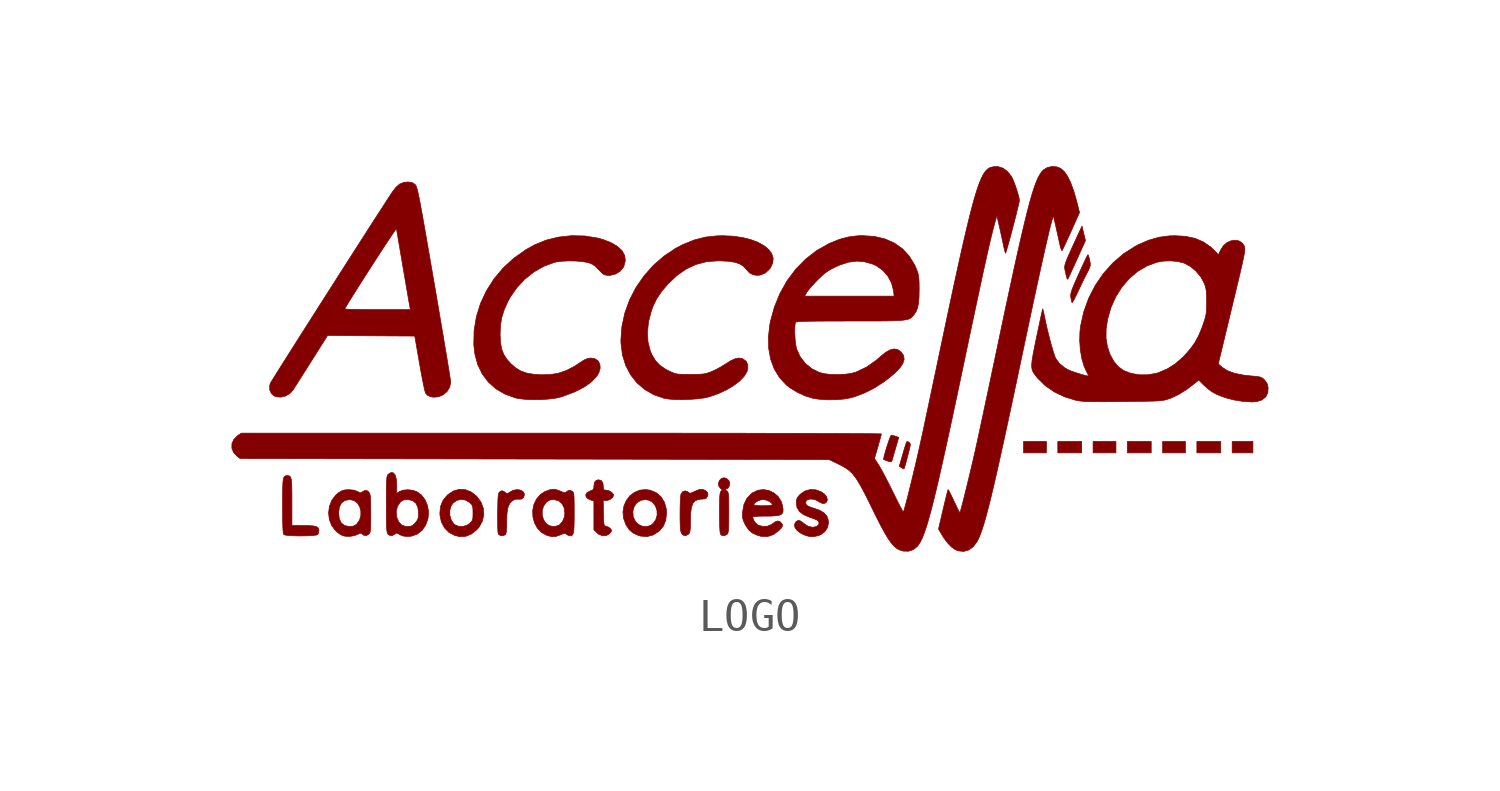
<source format=kicad_sym>
(kicad_symbol_lib
  (version 20210619)
  (generator bitmap2component)
  (symbol "LOGO"
    (pin_names
      (offset 1.016))
    (property "Reference" "#G"
      (at 0 5.351 0)
      (effects (font (size 1.27 1.27)) hide))
    (symbol "LOGO_0_0"
      (polyline (pts (xy 5.11 -5.961) (xy 5.234 -5.858) (xy 5.268 -5.814) (xy 5.312 -5.745) (xy 5.357 -5.66) (xy 5.403 -5.557) (xy 5.451 -5.433) (xy 5.502 -5.285) (xy 5.556 -5.11) (xy 5.614 -4.906) (xy 5.678 -4.67) (xy 5.746 -4.398) (xy 5.822 -4.088) (xy 5.904 -3.738) (xy 5.993 -3.344) (xy 6.091 -2.903) (xy 6.199 -2.413) (xy 6.316 -1.871) (xy 6.444 -1.274) (xy 6.582 -0.619) (xy 6.733 0.097) (xy 6.815 0.486) (xy 6.931 1.037) (xy 7.036 1.53) (xy 7.13 1.97) (xy 7.214 2.36) (xy 7.288 2.705) (xy 7.355 3.007) (xy 7.414 3.272) (xy 7.466 3.502) (xy 7.513 3.702) (xy 7.555 3.875) (xy 7.593 4.025) (xy 7.627 4.155) (xy 7.659 4.271) (xy 7.71 4.449) (xy 7.767 4.206) (xy 7.783 4.136) (xy 7.819 3.974) (xy 7.859 3.79) (xy 7.896 3.615) (xy 7.922 3.493) (xy 7.95 3.379) (xy 7.97 3.303) (xy 7.982 3.279) (xy 7.996 3.316) (xy 8.023 3.405) (xy 8.061 3.536) (xy 8.106 3.699) (xy 8.156 3.884) (xy 8.207 4.081) (xy 8.259 4.278) (xy 8.307 4.467) (xy 8.349 4.635) (xy 8.382 4.774) (xy 8.404 4.873) (xy 8.412 4.922) (xy 8.406 4.979) (xy 8.379 5.092) (xy 8.338 5.231) (xy 8.289 5.379) (xy 8.237 5.516) (xy 8.189 5.624) (xy 8.164 5.669) (xy 8.045 5.824) (xy 7.905 5.929) (xy 7.753 5.978) (xy 7.735 5.979) (xy 7.61 5.977) (xy 7.506 5.953) (xy 7.474 5.938) (xy 7.423 5.904) (xy 7.372 5.856) (xy 7.321 5.791) (xy 7.27 5.707) (xy 7.218 5.6) (xy 7.164 5.469) (xy 7.107 5.31) (xy 7.047 5.12) (xy 6.982 4.898) (xy 6.913 4.64) (xy 6.838 4.343) (xy 6.756 4.004) (xy 6.667 3.621) (xy 6.57 3.192) (xy 6.464 2.712) (xy 6.348 2.18) (xy 6.223 1.593) (xy 6.086 0.948) (xy 5.937 0.243) (xy 5.883 -0.018) (xy 5.804 -0.393) (xy 5.725 -0.764) (xy 5.649 -1.124) (xy 5.578 -1.463) (xy 5.512 -1.773) (xy 5.454 -2.046) (xy 5.406 -2.272) (xy 5.369 -2.443) (xy 5.334 -2.602) (xy 5.277 -2.859) (xy 5.216 -3.126) (xy 5.152 -3.397) (xy 5.089 -3.663) (xy 5.027 -3.918) (xy 4.969 -4.153) (xy 4.916 -4.362) (xy 4.87 -4.538) (xy 4.833 -4.672) (xy 4.807 -4.758) (xy 4.793 -4.788) (xy 4.787 -4.783) (xy 4.757 -4.732) (xy 4.705 -4.635) (xy 4.635 -4.5) (xy 4.553 -4.335) (xy 4.461 -4.149) (xy 4.436 -4.1) (xy 4.336 -3.899) (xy 4.238 -3.708) (xy 4.149 -3.539) (xy 4.075 -3.405) (xy 4.022 -3.317) (xy 3.895 -3.123) (xy 4.002 -2.752) (xy 4.043 -2.607) (xy 4.078 -2.483) (xy 4.101 -2.394) (xy 4.109 -2.355) (xy 4.104 -2.354) (xy 4.047 -2.352) (xy 3.928 -2.35) (xy 3.751 -2.348) (xy 3.517 -2.346) (xy 3.23 -2.345) (xy 2.891 -2.343) (xy 2.503 -2.341) (xy 2.069 -2.34) (xy 1.59 -2.338) (xy 1.071 -2.337) (xy 0.512 -2.336) (xy -0.084 -2.334) (xy -0.713 -2.333) (xy -1.374 -2.333) (xy -2.065 -2.332) (xy -2.782 -2.331) (xy -3.523 -2.33) (xy -4.286 -2.33) (xy -5.069 -2.33) (xy -5.868 -2.33) (xy -15.845 -2.33) (xy -15.955 -2.404) (xy -15.967 -2.412) (xy -16.081 -2.527) (xy -16.139 -2.661) (xy -16.141 -2.802) (xy -16.086 -2.937) (xy -15.974 -3.055) (xy -15.882 -3.123) (xy -6.704 -3.139) (xy 2.475 -3.155) (xy 2.734 -3.278) (xy 2.802 -3.311) (xy 2.923 -3.374) (xy 3.028 -3.439) (xy 3.122 -3.511) (xy 3.209 -3.597) (xy 3.294 -3.703) (xy 3.382 -3.837) (xy 3.479 -4.003) (xy 3.588 -4.209) (xy 3.715 -4.461) (xy 3.864 -4.766) (xy 3.971 -4.982) (xy 4.107 -5.247) (xy 4.225 -5.461) (xy 4.328 -5.63) (xy 4.421 -5.761) (xy 4.507 -5.858) (xy 4.59 -5.926) (xy 4.675 -5.973) (xy 4.791 -6.009) (xy 4.958 -6.012) (xy 5.11 -5.961)) (stroke (width 0.01)) (fill (type outline)))
      (polyline (pts (xy 6.837 -5.973) (xy 6.977 -5.869) (xy 7.094 -5.71) (xy 7.121 -5.659) (xy 7.162 -5.57) (xy 7.205 -5.463) (xy 7.25 -5.336) (xy 7.298 -5.187) (xy 7.35 -5.011) (xy 7.406 -4.807) (xy 7.467 -4.571) (xy 7.534 -4.301) (xy 7.607 -3.994) (xy 7.688 -3.646) (xy 7.776 -3.254) (xy 7.873 -2.817) (xy 7.979 -2.331) (xy 8.095 -1.793) (xy 8.222 -1.2) (xy 8.36 -0.549) (xy 8.51 0.162) (xy 8.569 0.441) (xy 8.702 1.069) (xy 8.826 1.649) (xy 8.939 2.176) (xy 9.043 2.651) (xy 9.135 3.071) (xy 9.217 3.435) (xy 9.288 3.742) (xy 9.346 3.99) (xy 9.393 4.178) (xy 9.428 4.303) (xy 9.471 4.449) (xy 9.539 4.158) (xy 9.544 4.134) (xy 9.584 3.955) (xy 9.627 3.764) (xy 9.662 3.599) (xy 9.673 3.548) (xy 9.701 3.442) (xy 9.725 3.374) (xy 9.741 3.356) (xy 9.742 3.358) (xy 9.765 3.401) (xy 9.809 3.493) (xy 9.87 3.623) (xy 9.944 3.783) (xy 10.026 3.964) (xy 10.287 4.546) (xy 10.223 4.805) (xy 10.199 4.9) (xy 10.107 5.219) (xy 10.012 5.478) (xy 9.914 5.679) (xy 9.81 5.827) (xy 9.7 5.923) (xy 9.58 5.971) (xy 9.427 5.982) (xy 9.279 5.949) (xy 9.158 5.874) (xy 9.123 5.837) (xy 9.078 5.779) (xy 9.032 5.705) (xy 8.985 5.615) (xy 8.938 5.505) (xy 8.887 5.372) (xy 8.835 5.212) (xy 8.778 5.024) (xy 8.717 4.805) (xy 8.651 4.551) (xy 8.579 4.259) (xy 8.5 3.927) (xy 8.414 3.552) (xy 8.319 3.131) (xy 8.216 2.661) (xy 8.103 2.139) (xy 7.979 1.562) (xy 7.845 0.927) (xy 7.699 0.232) (xy 7.684 0.162) (xy 7.601 -0.231) (xy 7.518 -0.625) (xy 7.436 -1.012) (xy 7.357 -1.383) (xy 7.283 -1.732) (xy 7.215 -2.049) (xy 7.155 -2.328) (xy 7.106 -2.558) (xy 7.067 -2.734) (xy 7.066 -2.74) (xy 7.017 -2.957) (xy 6.963 -3.192) (xy 6.905 -3.438) (xy 6.846 -3.687) (xy 6.787 -3.93) (xy 6.731 -4.16) (xy 6.679 -4.367) (xy 6.634 -4.544) (xy 6.597 -4.683) (xy 6.57 -4.774) (xy 6.556 -4.811) (xy 6.556 -4.811) (xy 6.535 -4.781) (xy 6.495 -4.703) (xy 6.439 -4.589) (xy 6.373 -4.45) (xy 6.364 -4.429) (xy 6.299 -4.293) (xy 6.245 -4.184) (xy 6.206 -4.113) (xy 6.188 -4.09) (xy 6.188 -4.091) (xy 6.176 -4.13) (xy 6.152 -4.222) (xy 6.118 -4.356) (xy 6.078 -4.522) (xy 6.033 -4.711) (xy 5.891 -5.319) (xy 5.985 -5.483) (xy 6.051 -5.589) (xy 6.173 -5.754) (xy 6.298 -5.883) (xy 6.413 -5.964) (xy 6.513 -6.003) (xy 6.68 -6.018) (xy 6.837 -5.973)) (stroke (width 0.01)) (fill (type outline)))
      (polyline (pts (xy -12.315 -5.526) (xy -12.206 -5.482) (xy -12.164 -5.457) (xy -12.119 -5.449) (xy -12.072 -5.482) (xy -12.029 -5.514) (xy -11.951 -5.528) (xy -11.869 -5.479) (xy -11.857 -5.467) (xy -11.839 -5.437) (xy -11.826 -5.389) (xy -11.818 -5.316) (xy -11.813 -5.206) (xy -11.811 -5.05) (xy -11.81 -4.84) (xy -11.811 -4.669) (xy -11.813 -4.493) (xy -11.819 -4.366) (xy -11.828 -4.277) (xy -11.842 -4.219) (xy -11.861 -4.181) (xy -11.909 -4.131) (xy -11.987 -4.114) (xy -12.072 -4.16) (xy -12.11 -4.189) (xy -12.152 -4.19) (xy -12.218 -4.153) (xy -12.326 -4.11) (xy -12.493 -4.094) (xy -12.502 -4.094) (xy -12.625 -4.102) (xy -12.719 -4.131) (xy -12.818 -4.191) (xy -12.908 -4.267) (xy -13.027 -4.428) (xy -13.1 -4.615) (xy -13.126 -4.816) (xy -13.125 -4.821) (xy -12.813 -4.821) (xy -12.813 -4.808) (xy -12.789 -4.633) (xy -12.723 -4.506) (xy -12.616 -4.429) (xy -12.47 -4.402) (xy -12.458 -4.402) (xy -12.33 -4.434) (xy -12.228 -4.512) (xy -12.157 -4.625) (xy -12.12 -4.759) (xy -12.12 -4.903) (xy -12.161 -5.042) (xy -12.248 -5.165) (xy -12.266 -5.182) (xy -12.35 -5.229) (xy -12.466 -5.242) (xy -12.483 -5.242) (xy -12.627 -5.211) (xy -12.73 -5.131) (xy -12.792 -5.001) (xy -12.813 -4.821) (xy -13.125 -4.821) (xy -13.104 -5.018) (xy -13.032 -5.207) (xy -12.91 -5.371) (xy -12.86 -5.417) (xy -12.762 -5.489) (xy -12.677 -5.53) (xy -12.6 -5.546) (xy -12.456 -5.549) (xy -12.315 -5.526)) (stroke (width 0.01)) (fill (type outline)))
      (polyline (pts (xy -10.585 -5.548) (xy -10.544 -5.543) (xy -10.364 -5.481) (xy -10.214 -5.365) (xy -10.1 -5.201) (xy -10.026 -4.993) (xy -10.008 -4.795) (xy -10.04 -4.595) (xy -10.115 -4.413) (xy -10.229 -4.262) (xy -10.375 -4.156) (xy -10.505 -4.112) (xy -10.658 -4.096) (xy -10.803 -4.109) (xy -10.916 -4.152) (xy -11.001 -4.208) (xy -11.001 -3.955) (xy -11.002 -3.926) (xy -11.016 -3.754) (xy -11.052 -3.634) (xy -11.107 -3.568) (xy -11.179 -3.56) (xy -11.266 -3.613) (xy -11.271 -3.618) (xy -11.288 -3.64) (xy -11.3 -3.674) (xy -11.31 -3.728) (xy -11.316 -3.808) (xy -11.321 -3.922) (xy -11.323 -4.079) (xy -11.325 -4.285) (xy -11.325 -4.549) (xy -11.325 -4.726) (xy -11.324 -4.774) (xy -11.018 -4.774) (xy -10.978 -4.612) (xy -10.887 -4.478) (xy -10.869 -4.461) (xy -10.786 -4.414) (xy -10.671 -4.402) (xy -10.652 -4.402) (xy -10.508 -4.434) (xy -10.404 -4.515) (xy -10.342 -4.646) (xy -10.322 -4.827) (xy -10.322 -4.878) (xy -10.332 -4.977) (xy -10.363 -5.05) (xy -10.422 -5.127) (xy -10.424 -5.13) (xy -10.497 -5.202) (xy -10.568 -5.234) (xy -10.666 -5.242) (xy -10.722 -5.239) (xy -10.848 -5.195) (xy -10.94 -5.099) (xy -11.002 -4.947) (xy -11.003 -4.945) (xy -11.018 -4.774) (xy -11.324 -4.774) (xy -11.323 -4.955) (xy -11.321 -5.132) (xy -11.317 -5.264) (xy -11.31 -5.358) (xy -11.301 -5.42) (xy -11.289 -5.459) (xy -11.274 -5.482) (xy -11.235 -5.513) (xy -11.149 -5.529) (xy -11.061 -5.48) (xy -11.056 -5.476) (xy -11.003 -5.446) (xy -10.955 -5.466) (xy -10.901 -5.5) (xy -10.817 -5.534) (xy -10.797 -5.539) (xy -10.696 -5.551) (xy -10.585 -5.548)) (stroke (width 0.01)) (fill (type outline)))
      (polyline (pts (xy -8.853 -5.549) (xy -8.675 -5.478) (xy -8.506 -5.343) (xy -8.43 -5.256) (xy -8.33 -5.072) (xy -8.287 -4.874) (xy -8.302 -4.673) (xy -8.374 -4.48) (xy -8.505 -4.303) (xy -8.514 -4.294) (xy -8.683 -4.163) (xy -8.864 -4.093) (xy -9.049 -4.083) (xy -9.231 -4.133) (xy -9.402 -4.246) (xy -9.424 -4.265) (xy -9.556 -4.424) (xy -9.632 -4.606) (xy -9.647 -4.739) (xy -9.347 -4.739) (xy -9.303 -4.595) (xy -9.245 -4.512) (xy -9.131 -4.428) (xy -8.997 -4.396) (xy -8.858 -4.417) (xy -8.729 -4.495) (xy -8.705 -4.516) (xy -8.659 -4.566) (xy -8.635 -4.62) (xy -8.625 -4.698) (xy -8.623 -4.821) (xy -8.623 -4.873) (xy -8.627 -4.977) (xy -8.642 -5.044) (xy -8.674 -5.094) (xy -8.729 -5.147) (xy -8.793 -5.193) (xy -8.925 -5.238) (xy -9.063 -5.239) (xy -9.182 -5.191) (xy -9.221 -5.159) (xy -9.302 -5.041) (xy -9.345 -4.894) (xy -9.347 -4.739) (xy -9.647 -4.739) (xy -9.656 -4.821) (xy -9.653 -4.889) (xy -9.61 -5.099) (xy -9.516 -5.28) (xy -9.378 -5.422) (xy -9.201 -5.518) (xy -9.041 -5.557) (xy -8.853 -5.549)) (stroke (width 0.01)) (fill (type outline)))
      (polyline (pts (xy -6.034 -5.55) (xy -5.894 -5.5) (xy -5.864 -5.487) (xy -5.788 -5.459) (xy -5.742 -5.459) (xy -5.706 -5.485) (xy -5.67 -5.511) (xy -5.602 -5.533) (xy -5.58 -5.532) (xy -5.542 -5.522) (xy -5.513 -5.494) (xy -5.493 -5.441) (xy -5.48 -5.354) (xy -5.473 -5.227) (xy -5.469 -5.05) (xy -5.468 -4.816) (xy -5.468 -4.771) (xy -5.469 -4.562) (xy -5.471 -4.408) (xy -5.475 -4.3) (xy -5.482 -4.228) (xy -5.494 -4.183) (xy -5.509 -4.158) (xy -5.531 -4.143) (xy -5.578 -4.121) (xy -5.645 -4.115) (xy -5.706 -4.157) (xy -5.716 -4.168) (xy -5.754 -4.186) (xy -5.806 -4.179) (xy -5.894 -4.142) (xy -5.936 -4.124) (xy -6.031 -4.091) (xy -6.099 -4.078) (xy -6.226 -4.095) (xy -6.386 -4.155) (xy -6.526 -4.248) (xy -6.647 -4.391) (xy -6.728 -4.564) (xy -6.763 -4.75) (xy -6.465 -4.75) (xy -6.426 -4.613) (xy -6.342 -4.493) (xy -6.329 -4.48) (xy -6.236 -4.418) (xy -6.125 -4.401) (xy -6.106 -4.401) (xy -5.963 -4.436) (xy -5.854 -4.523) (xy -5.784 -4.653) (xy -5.76 -4.821) (xy -5.773 -4.943) (xy -5.832 -5.087) (xy -5.928 -5.191) (xy -5.936 -5.197) (xy -6.023 -5.229) (xy -6.125 -5.242) (xy -6.126 -5.242) (xy -6.253 -5.213) (xy -6.354 -5.137) (xy -6.425 -5.025) (xy -6.464 -4.892) (xy -6.465 -4.75) (xy -6.763 -4.75) (xy -6.763 -4.754) (xy -6.755 -4.946) (xy -6.705 -5.13) (xy -6.616 -5.295) (xy -6.489 -5.427) (xy -6.326 -5.517) (xy -6.301 -5.525) (xy -6.16 -5.558) (xy -6.034 -5.55)) (stroke (width 0.01)) (fill (type outline)))
      (polyline (pts (xy -3.009 -5.507) (xy -2.829 -5.393) (xy -2.807 -5.374) (xy -2.685 -5.227) (xy -2.613 -5.045) (xy -2.589 -4.823) (xy -2.598 -4.688) (xy -2.656 -4.484) (xy -2.761 -4.315) (xy -2.911 -4.189) (xy -3.1 -4.11) (xy -3.234 -4.09) (xy -3.421 -4.108) (xy -3.589 -4.176) (xy -3.732 -4.286) (xy -3.843 -4.43) (xy -3.917 -4.599) (xy -3.946 -4.772) (xy -3.64 -4.772) (xy -3.601 -4.626) (xy -3.518 -4.508) (xy -3.4 -4.429) (xy -3.253 -4.401) (xy -3.121 -4.427) (xy -3.01 -4.501) (xy -2.931 -4.61) (xy -2.887 -4.743) (xy -2.882 -4.885) (xy -2.922 -5.025) (xy -3.009 -5.15) (xy -3.079 -5.204) (xy -3.206 -5.245) (xy -3.337 -5.235) (xy -3.461 -5.179) (xy -3.561 -5.082) (xy -3.624 -4.948) (xy -3.628 -4.934) (xy -3.64 -4.772) (xy -3.946 -4.772) (xy -3.948 -4.786) (xy -3.931 -4.982) (xy -3.858 -5.178) (xy -3.845 -5.203) (xy -3.748 -5.346) (xy -3.632 -5.445) (xy -3.476 -5.517) (xy -3.394 -5.541) (xy -3.198 -5.556) (xy -3.009 -5.507)) (stroke (width 0.01)) (fill (type outline)))
      (polyline (pts (xy 0.739 -5.496) (xy 0.906 -5.375) (xy 0.91 -5.371) (xy 0.992 -5.286) (xy 1.028 -5.224) (xy 1.02 -5.172) (xy 0.972 -5.113) (xy 0.943 -5.089) (xy 0.88 -5.068) (xy 0.804 -5.093) (xy 0.701 -5.166) (xy 0.686 -5.178) (xy 0.562 -5.231) (xy 0.417 -5.24) (xy 0.274 -5.203) (xy 0.254 -5.192) (xy 0.18 -5.124) (xy 0.121 -5.035) (xy 0.097 -4.952) (xy 0.108 -4.942) (xy 0.175 -4.929) (xy 0.302 -4.921) (xy 0.483 -4.918) (xy 0.668 -4.917) (xy 0.829 -4.907) (xy 0.94 -4.887) (xy 1.007 -4.849) (xy 1.04 -4.792) (xy 1.044 -4.708) (xy 1.028 -4.595) (xy 0.987 -4.46) (xy 0.89 -4.308) (xy 0.757 -4.193) (xy 0.599 -4.119) (xy 0.428 -4.09) (xy 0.255 -4.113) (xy 0.091 -4.192) (xy 0.053 -4.221) (xy -0.088 -4.371) (xy -0.177 -4.557) (xy -0.178 -4.565) (xy 0.13 -4.565) (xy 0.13 -4.562) (xy 0.161 -4.509) (xy 0.234 -4.457) (xy 0.327 -4.417) (xy 0.421 -4.401) (xy 0.425 -4.401) (xy 0.519 -4.418) (xy 0.612 -4.459) (xy 0.683 -4.512) (xy 0.712 -4.565) (xy 0.705 -4.571) (xy 0.648 -4.583) (xy 0.549 -4.592) (xy 0.421 -4.595) (xy 0.356 -4.594) (xy 0.24 -4.588) (xy 0.159 -4.578) (xy 0.13 -4.565) (xy -0.178 -4.565) (xy -0.217 -4.785) (xy -0.222 -4.871) (xy -0.217 -4.976) (xy -0.191 -5.067) (xy -0.14 -5.176) (xy -0.117 -5.217) (xy -0.023 -5.353) (xy 0.091 -5.447) (xy 0.245 -5.517) (xy 0.364 -5.55) (xy 0.558 -5.555) (xy 0.739 -5.496)) (stroke (width 0.01)) (fill (type outline)))
      (polyline (pts (xy 2.142 -5.527) (xy 2.224 -5.494) (xy 2.346 -5.401) (xy 2.429 -5.278) (xy 2.459 -5.142) (xy 2.451 -5.034) (xy 2.408 -4.913) (xy 2.322 -4.817) (xy 2.187 -4.738) (xy 1.994 -4.669) (xy 1.897 -4.638) (xy 1.806 -4.597) (xy 1.76 -4.551) (xy 1.747 -4.493) (xy 1.748 -4.484) (xy 1.78 -4.423) (xy 1.854 -4.39) (xy 1.953 -4.387) (xy 2.062 -4.413) (xy 2.164 -4.47) (xy 2.177 -4.479) (xy 2.274 -4.524) (xy 2.353 -4.517) (xy 2.406 -4.472) (xy 2.425 -4.401) (xy 2.402 -4.315) (xy 2.328 -4.226) (xy 2.232 -4.16) (xy 2.063 -4.097) (xy 1.888 -4.09) (xy 1.722 -4.137) (xy 1.577 -4.239) (xy 1.557 -4.26) (xy 1.492 -4.338) (xy 1.463 -4.411) (xy 1.456 -4.509) (xy 1.477 -4.645) (xy 1.551 -4.77) (xy 1.681 -4.872) (xy 1.87 -4.953) (xy 1.872 -4.953) (xy 1.986 -4.993) (xy 2.078 -5.03) (xy 2.127 -5.056) (xy 2.134 -5.062) (xy 2.168 -5.127) (xy 2.148 -5.194) (xy 2.079 -5.245) (xy 1.965 -5.266) (xy 1.824 -5.235) (xy 1.688 -5.145) (xy 1.653 -5.114) (xy 1.57 -5.06) (xy 1.505 -5.056) (xy 1.442 -5.098) (xy 1.44 -5.101) (xy 1.399 -5.182) (xy 1.414 -5.273) (xy 1.48 -5.364) (xy 1.59 -5.449) (xy 1.739 -5.519) (xy 1.86 -5.553) (xy 1.992 -5.559) (xy 2.142 -5.527)) (stroke (width 0.01)) (fill (type outline)))
      (polyline (pts (xy -13.904 -5.534) (xy -13.747 -5.53) (xy -13.613 -5.522) (xy -13.515 -5.51) (xy -13.467 -5.494) (xy -13.441 -5.445) (xy -13.428 -5.364) (xy -13.43 -5.335) (xy -13.452 -5.283) (xy -13.505 -5.247) (xy -13.597 -5.224) (xy -13.736 -5.213) (xy -13.932 -5.21) (xy -14.269 -5.21) (xy -14.269 -4.404) (xy -14.27 -4.168) (xy -14.273 -3.988) (xy -14.28 -3.856) (xy -14.292 -3.764) (xy -14.31 -3.706) (xy -14.336 -3.673) (xy -14.37 -3.659) (xy -14.415 -3.656) (xy -14.456 -3.659) (xy -14.489 -3.67) (xy -14.515 -3.698) (xy -14.533 -3.749) (xy -14.546 -3.83) (xy -14.554 -3.949) (xy -14.558 -4.111) (xy -14.56 -4.324) (xy -14.56 -4.595) (xy -14.56 -4.865) (xy -14.557 -5.093) (xy -14.552 -5.265) (xy -14.544 -5.386) (xy -14.534 -5.461) (xy -14.522 -5.494) (xy -14.52 -5.496) (xy -14.466 -5.511) (xy -14.363 -5.523) (xy -14.226 -5.531) (xy -14.068 -5.535) (xy -13.904 -5.534)) (stroke (width 0.01)) (fill (type outline)))
      (polyline (pts (xy -7.61 -5.494) (xy -7.605 -5.487) (xy -7.586 -5.416) (xy -7.575 -5.283) (xy -7.571 -5.089) (xy -7.571 -5.075) (xy -7.566 -4.867) (xy -7.549 -4.712) (xy -7.517 -4.597) (xy -7.466 -4.51) (xy -7.395 -4.44) (xy -7.312 -4.393) (xy -7.213 -4.39) (xy -7.117 -4.389) (xy -7.047 -4.341) (xy -7.021 -4.252) (xy -7.026 -4.218) (xy -7.071 -4.146) (xy -7.155 -4.103) (xy -7.262 -4.092) (xy -7.376 -4.115) (xy -7.483 -4.174) (xy -7.533 -4.21) (xy -7.574 -4.21) (xy -7.632 -4.17) (xy -7.673 -4.141) (xy -7.723 -4.127) (xy -7.779 -4.153) (xy -7.784 -4.157) (xy -7.806 -4.176) (xy -7.822 -4.206) (xy -7.834 -4.254) (xy -7.842 -4.331) (xy -7.848 -4.445) (xy -7.852 -4.605) (xy -7.855 -4.821) (xy -7.857 -4.978) (xy -7.856 -5.191) (xy -7.851 -5.345) (xy -7.841 -5.443) (xy -7.827 -5.488) (xy -7.769 -5.524) (xy -7.683 -5.529) (xy -7.61 -5.494)) (stroke (width 0.01)) (fill (type outline)))
      (polyline (pts (xy -4.467 -5.526) (xy -4.368 -5.468) (xy -4.324 -5.417) (xy -4.303 -5.377) (xy -4.323 -5.324) (xy -4.385 -5.267) (xy -4.465 -5.236) (xy -4.467 -5.236) (xy -4.5 -5.229) (xy -4.523 -5.213) (xy -4.537 -5.176) (xy -4.546 -5.107) (xy -4.551 -4.995) (xy -4.555 -4.829) (xy -4.564 -4.433) (xy -4.466 -4.433) (xy -4.42 -4.427) (xy -4.335 -4.389) (xy -4.267 -4.332) (xy -4.239 -4.271) (xy -4.247 -4.239) (xy -4.3 -4.178) (xy -4.38 -4.129) (xy -4.465 -4.109) (xy -4.478 -4.109) (xy -4.535 -4.101) (xy -4.558 -4.067) (xy -4.562 -3.986) (xy -4.575 -3.882) (xy -4.622 -3.809) (xy -4.708 -3.786) (xy -4.779 -3.801) (xy -4.835 -3.864) (xy -4.854 -3.98) (xy -4.858 -4.05) (xy -4.886 -4.097) (xy -4.956 -4.127) (xy -4.971 -4.132) (xy -5.066 -4.184) (xy -5.109 -4.253) (xy -5.093 -4.328) (xy -5.093 -4.328) (xy -5.038 -4.377) (xy -4.956 -4.415) (xy -4.854 -4.446) (xy -4.854 -5.344) (xy -4.759 -5.438) (xy -4.701 -5.485) (xy -4.584 -5.531) (xy -4.467 -5.526)) (stroke (width 0.01)) (fill (type outline)))
      (polyline (pts (xy -1.903 -5.479) (xy -1.88 -5.452) (xy -1.862 -5.406) (xy -1.851 -5.333) (xy -1.846 -5.22) (xy -1.844 -5.056) (xy -1.844 -5.042) (xy -1.837 -4.815) (xy -1.812 -4.644) (xy -1.768 -4.522) (xy -1.699 -4.444) (xy -1.602 -4.401) (xy -1.473 -4.386) (xy -1.393 -4.38) (xy -1.343 -4.353) (xy -1.312 -4.292) (xy -1.299 -4.25) (xy -1.304 -4.192) (xy -1.355 -4.138) (xy -1.387 -4.115) (xy -1.477 -4.082) (xy -1.582 -4.093) (xy -1.718 -4.15) (xy -1.774 -4.178) (xy -1.838 -4.202) (xy -1.878 -4.198) (xy -1.915 -4.168) (xy -1.929 -4.156) (xy -2.007 -4.13) (xy -2.084 -4.156) (xy -2.138 -4.229) (xy -2.145 -4.262) (xy -2.154 -4.356) (xy -2.161 -4.494) (xy -2.166 -4.662) (xy -2.168 -4.848) (xy -2.168 -4.949) (xy -2.165 -5.134) (xy -2.16 -5.267) (xy -2.151 -5.36) (xy -2.137 -5.421) (xy -2.118 -5.461) (xy -2.067 -5.513) (xy -1.989 -5.528) (xy -1.903 -5.479)) (stroke (width 0.01)) (fill (type outline)))
      (polyline (pts (xy -0.698 -5.482) (xy -0.693 -5.477) (xy -0.676 -5.447) (xy -0.664 -5.395) (xy -0.656 -5.314) (xy -0.65 -5.194) (xy -0.648 -5.027) (xy -0.647 -4.804) (xy -0.647 -4.706) (xy -0.648 -4.514) (xy -0.65 -4.374) (xy -0.655 -4.277) (xy -0.663 -4.213) (xy -0.676 -4.172) (xy -0.694 -4.147) (xy -0.719 -4.127) (xy -0.744 -4.109) (xy -0.766 -4.084) (xy -0.736 -4.077) (xy -0.681 -4.052) (xy -0.634 -3.984) (xy -0.615 -3.896) (xy -0.642 -3.814) (xy -0.711 -3.748) (xy -0.795 -3.721) (xy -0.876 -3.743) (xy -0.94 -3.806) (xy -0.971 -3.893) (xy -0.961 -3.982) (xy -0.905 -4.054) (xy -0.88 -4.073) (xy -0.859 -4.106) (xy -0.889 -4.141) (xy -0.893 -4.145) (xy -0.91 -4.173) (xy -0.922 -4.223) (xy -0.93 -4.305) (xy -0.935 -4.425) (xy -0.938 -4.594) (xy -0.938 -4.819) (xy -0.937 -5.038) (xy -0.933 -5.232) (xy -0.925 -5.369) (xy -0.914 -5.455) (xy -0.899 -5.494) (xy -0.863 -5.52) (xy -0.779 -5.528) (xy -0.698 -5.482)) (stroke (width 0.01)) (fill (type outline)))
      (polyline (pts (xy 4.815 -3.446) (xy 4.829 -3.408) (xy 4.855 -3.324) (xy 4.887 -3.207) (xy 4.923 -3.074) (xy 4.957 -2.94) (xy 4.987 -2.82) (xy 5.007 -2.728) (xy 5.015 -2.681) (xy 5.014 -2.672) (xy 4.986 -2.627) (xy 4.937 -2.596) (xy 4.897 -2.599) (xy 4.897 -2.599) (xy 4.883 -2.635) (xy 4.856 -2.719) (xy 4.819 -2.841) (xy 4.776 -2.987) (xy 4.668 -3.363) (xy 4.737 -3.409) (xy 4.784 -3.437) (xy 4.815 -3.446) (xy 4.815 -3.446)) (stroke (width 0.01)) (fill (type outline)))
      (polyline (pts (xy 4.439 -3.194) (xy 4.463 -3.114) (xy 4.467 -3.099) (xy 4.495 -3) (xy 4.533 -2.868) (xy 4.574 -2.728) (xy 4.651 -2.462) (xy 4.553 -2.429) (xy 4.473 -2.405) (xy 4.418 -2.394) (xy 4.411 -2.4) (xy 4.386 -2.45) (xy 4.351 -2.542) (xy 4.31 -2.661) (xy 4.268 -2.793) (xy 4.229 -2.923) (xy 4.198 -3.036) (xy 4.181 -3.118) (xy 4.18 -3.153) (xy 4.18 -3.154) (xy 4.217 -3.17) (xy 4.287 -3.196) (xy 4.356 -3.219) (xy 4.41 -3.225) (xy 4.439 -3.194)) (stroke (width 0.01)) (fill (type outline)))
      (polyline (pts (xy 9.254 -2.589) (xy 8.542 -2.589) (xy 8.542 -2.945) (xy 9.254 -2.945) (xy 9.254 -2.589)) (stroke (width 0.01)) (fill (type outline)))
      (polyline (pts (xy 10.354 -2.589) (xy 9.61 -2.589) (xy 9.61 -2.945) (xy 10.354 -2.945) (xy 10.354 -2.589)) (stroke (width 0.01)) (fill (type outline)))
      (polyline (pts (xy 11.422 -2.589) (xy 10.71 -2.589) (xy 10.71 -2.945) (xy 11.422 -2.945) (xy 11.422 -2.589)) (stroke (width 0.01)) (fill (type outline)))
      (polyline (pts (xy 12.522 -2.589) (xy 11.778 -2.589) (xy 11.778 -2.945) (xy 12.522 -2.945) (xy 12.522 -2.589)) (stroke (width 0.01)) (fill (type outline)))
      (polyline (pts (xy 13.59 -2.589) (xy 12.878 -2.589) (xy 12.878 -2.945) (xy 13.59 -2.945) (xy 13.59 -2.589)) (stroke (width 0.01)) (fill (type outline)))
      (polyline (pts (xy 14.69 -2.589) (xy 13.946 -2.589) (xy 13.946 -2.945) (xy 14.69 -2.945) (xy 14.69 -2.589)) (stroke (width 0.01)) (fill (type outline)))
      (polyline (pts (xy 15.693 -2.589) (xy 15.046 -2.589) (xy 15.046 -2.945) (xy 15.693 -2.945) (xy 15.693 -2.589)) (stroke (width 0.01)) (fill (type outline)))
      (polyline (pts (xy 15.816 -1.347) (xy 15.978 -1.294) (xy 16.092 -1.201) (xy 16.157 -1.072) (xy 16.167 -0.91) (xy 16.134 -0.779) (xy 16.055 -0.671) (xy 16.047 -0.663) (xy 15.999 -0.621) (xy 15.948 -0.592) (xy 15.879 -0.573) (xy 15.775 -0.56) (xy 15.623 -0.546) (xy 15.402 -0.522) (xy 15.125 -0.466) (xy 14.902 -0.386) (xy 14.739 -0.281) (xy 14.613 -0.173) (xy 15.042 1.608) (xy 15.087 1.796) (xy 15.172 2.149) (xy 15.243 2.445) (xy 15.301 2.692) (xy 15.348 2.894) (xy 15.383 3.055) (xy 15.41 3.182) (xy 15.427 3.28) (xy 15.438 3.352) (xy 15.441 3.406) (xy 15.44 3.445) (xy 15.434 3.475) (xy 15.424 3.501) (xy 15.363 3.595) (xy 15.261 3.662) (xy 15.139 3.685) (xy 15.008 3.665) (xy 14.88 3.606) (xy 14.768 3.508) (xy 14.684 3.374) (xy 14.62 3.232) (xy 14.467 3.387) (xy 14.375 3.474) (xy 14.147 3.632) (xy 13.887 3.743) (xy 13.59 3.806) (xy 13.25 3.825) (xy 13.088 3.82) (xy 12.761 3.776) (xy 12.442 3.685) (xy 12.113 3.542) (xy 12.028 3.497) (xy 11.661 3.262) (xy 11.327 2.977) (xy 11.032 2.647) (xy 10.779 2.278) (xy 10.573 1.877) (xy 10.418 1.45) (xy 10.319 1.003) (xy 10.3 0.835) (xy 10.294 0.633) (xy 11.114 0.633) (xy 11.115 0.906) (xy 11.164 1.226) (xy 11.268 1.586) (xy 11.418 1.921) (xy 11.61 2.224) (xy 11.838 2.489) (xy 12.098 2.71) (xy 12.386 2.881) (xy 12.697 2.997) (xy 12.901 3.033) (xy 13.132 3.041) (xy 13.356 3.02) (xy 13.548 2.971) (xy 13.737 2.871) (xy 13.916 2.722) (xy 14.068 2.542) (xy 14.174 2.346) (xy 14.203 2.267) (xy 14.227 2.175) (xy 14.242 2.073) (xy 14.249 1.941) (xy 14.251 1.763) (xy 14.251 1.691) (xy 14.248 1.537) (xy 14.238 1.417) (xy 14.219 1.31) (xy 14.186 1.193) (xy 14.135 1.045) (xy 14.1 0.947) (xy 13.998 0.702) (xy 13.883 0.492) (xy 13.744 0.298) (xy 13.569 0.099) (xy 13.514 0.042) (xy 13.275 -0.168) (xy 13.025 -0.327) (xy 12.75 -0.444) (xy 12.683 -0.465) (xy 12.421 -0.511) (xy 12.152 -0.512) (xy 11.893 -0.468) (xy 11.665 -0.38) (xy 11.502 -0.263) (xy 11.355 -0.09) (xy 11.238 0.124) (xy 11.156 0.369) (xy 11.114 0.633) (xy 10.294 0.633) (xy 10.292 0.549) (xy 10.313 0.262) (xy 10.359 -0.009) (xy 10.43 -0.25) (xy 10.522 -0.445) (xy 10.534 -0.467) (xy 10.561 -0.526) (xy 10.558 -0.55) (xy 10.555 -0.55) (xy 10.489 -0.538) (xy 10.383 -0.51) (xy 10.255 -0.472) (xy 10.126 -0.43) (xy 10.012 -0.39) (xy 9.935 -0.356) (xy 9.826 -0.294) (xy 9.658 -0.156) (xy 9.544 0.002) (xy 9.536 0.019) (xy 9.498 0.121) (xy 9.451 0.269) (xy 9.399 0.452) (xy 9.344 0.656) (xy 9.291 0.869) (xy 9.243 1.078) (xy 9.203 1.271) (xy 9.19 1.334) (xy 9.167 1.445) (xy 9.148 1.52) (xy 9.139 1.545) (xy 9.138 1.545) (xy 9.129 1.507) (xy 9.108 1.415) (xy 9.077 1.277) (xy 9.04 1.1) (xy 8.996 0.894) (xy 8.948 0.666) (xy 8.928 0.571) (xy 8.876 0.315) (xy 8.837 0.111) (xy 8.81 -0.049) (xy 8.797 -0.172) (xy 8.796 -0.268) (xy 8.808 -0.343) (xy 8.831 -0.407) (xy 8.867 -0.468) (xy 8.914 -0.534) (xy 8.977 -0.613) (xy 9.215 -0.848) (xy 9.5 -1.045) (xy 9.823 -1.2) (xy 10.178 -1.308) (xy 10.217 -1.316) (xy 10.291 -1.328) (xy 10.381 -1.337) (xy 10.493 -1.344) (xy 10.634 -1.348) (xy 10.811 -1.35) (xy 11.032 -1.351) (xy 11.304 -1.349) (xy 11.633 -1.346) (xy 11.84 -1.344) (xy 12.117 -1.341) (xy 12.341 -1.338) (xy 12.52 -1.334) (xy 12.66 -1.329) (xy 12.77 -1.323) (xy 12.855 -1.314) (xy 12.924 -1.303) (xy 12.984 -1.289) (xy 13.041 -1.272) (xy 13.104 -1.25) (xy 13.161 -1.229) (xy 13.392 -1.117) (xy 13.639 -0.962) (xy 13.886 -0.773) (xy 14.003 -0.674) (xy 14.149 -0.82) (xy 14.218 -0.885) (xy 14.327 -0.977) (xy 14.421 -1.045) (xy 14.573 -1.127) (xy 14.819 -1.222) (xy 15.096 -1.295) (xy 15.386 -1.342) (xy 15.67 -1.359) (xy 15.816 -1.347)) (stroke (width 0.01)) (fill (type outline)))
      (polyline (pts (xy -6.525 -1.285) (xy -6.282 -1.27) (xy -6.063 -1.244) (xy -5.889 -1.205) (xy -5.805 -1.178) (xy -5.45 -1.044) (xy -5.157 -0.894) (xy -4.926 -0.728) (xy -4.757 -0.546) (xy -4.697 -0.442) (xy -4.658 -0.303) (xy -4.669 -0.178) (xy -4.724 -0.077) (xy -4.821 -0.01) (xy -4.956 0.011) (xy -5.045 -0.002) (xy -5.149 -0.045) (xy -5.279 -0.127) (xy -5.457 -0.245) (xy -5.716 -0.38) (xy -5.974 -0.466) (xy -6.247 -0.508) (xy -6.552 -0.51) (xy -6.718 -0.497) (xy -6.941 -0.46) (xy -7.127 -0.396) (xy -7.29 -0.299) (xy -7.445 -0.164) (xy -7.562 -0.034) (xy -7.664 0.122) (xy -7.73 0.293) (xy -7.766 0.495) (xy -7.778 0.744) (xy -7.778 0.758) (xy -7.767 1.031) (xy -7.727 1.272) (xy -7.654 1.508) (xy -7.54 1.763) (xy -7.461 1.91) (xy -7.252 2.21) (xy -7 2.476) (xy -6.716 2.7) (xy -6.407 2.875) (xy -6.083 2.993) (xy -6.029 3.006) (xy -5.852 3.029) (xy -5.644 3.039) (xy -5.428 3.036) (xy -5.226 3.021) (xy -5.062 2.992) (xy -4.984 2.97) (xy -4.889 2.928) (xy -4.804 2.865) (xy -4.705 2.766) (xy -4.662 2.72) (xy -4.587 2.647) (xy -4.528 2.608) (xy -4.465 2.592) (xy -4.38 2.588) (xy -4.325 2.592) (xy -4.166 2.635) (xy -4.03 2.722) (xy -3.936 2.84) (xy -3.917 2.879) (xy -3.874 3.048) (xy -3.894 3.207) (xy -3.974 3.354) (xy -4.113 3.487) (xy -4.31 3.604) (xy -4.562 3.703) (xy -4.748 3.754) (xy -5.144 3.817) (xy -5.551 3.826) (xy -5.956 3.782) (xy -6.346 3.686) (xy -6.708 3.538) (xy -6.975 3.389) (xy -7.349 3.125) (xy -7.681 2.82) (xy -7.967 2.48) (xy -8.204 2.11) (xy -8.389 1.714) (xy -8.518 1.299) (xy -8.589 0.868) (xy -8.599 0.428) (xy -8.566 0.137) (xy -8.477 -0.192) (xy -8.336 -0.484) (xy -8.147 -0.737) (xy -7.911 -0.948) (xy -7.63 -1.113) (xy -7.306 -1.231) (xy -7.211 -1.251) (xy -7.009 -1.276) (xy -6.774 -1.287) (xy -6.525 -1.285)) (stroke (width 0.01)) (fill (type outline)))
      (polyline (pts (xy -1.867 -1.279) (xy -1.636 -1.262) (xy -1.428 -1.235) (xy -1.262 -1.199) (xy -1.256 -1.197) (xy -0.983 -1.103) (xy -0.729 -0.986) (xy -0.503 -0.853) (xy -0.314 -0.71) (xy -0.171 -0.562) (xy -0.083 -0.417) (xy -0.057 -0.331) (xy -0.056 -0.196) (xy -0.108 -0.088) (xy -0.209 -0.015) (xy -0.234 -0.005) (xy -0.337 0.011) (xy -0.452 -0.011) (xy -0.589 -0.074) (xy -0.759 -0.181) (xy -0.893 -0.264) (xy -1.05 -0.349) (xy -1.191 -0.414) (xy -1.247 -0.435) (xy -1.335 -0.464) (xy -1.422 -0.483) (xy -1.525 -0.494) (xy -1.661 -0.499) (xy -1.844 -0.501) (xy -1.864 -0.501) (xy -2.037 -0.5) (xy -2.162 -0.496) (xy -2.254 -0.487) (xy -2.33 -0.47) (xy -2.404 -0.442) (xy -2.493 -0.401) (xy -2.626 -0.333) (xy -2.801 -0.211) (xy -2.935 -0.068) (xy -3.042 0.11) (xy -3.091 0.221) (xy -3.166 0.506) (xy -3.185 0.816) (xy -3.15 1.147) (xy -3.058 1.494) (xy -3.013 1.617) (xy -2.896 1.859) (xy -2.742 2.088) (xy -2.54 2.325) (xy -2.266 2.583) (xy -1.974 2.787) (xy -1.667 2.93) (xy -1.341 3.014) (xy -0.993 3.041) (xy -0.897 3.04) (xy -0.655 3.027) (xy -0.464 2.997) (xy -0.315 2.949) (xy -0.2 2.878) (xy -0.11 2.783) (xy -0.106 2.778) (xy -0.002 2.666) (xy 0.109 2.606) (xy 0.246 2.588) (xy 0.345 2.6) (xy 0.498 2.667) (xy 0.629 2.793) (xy 0.652 2.825) (xy 0.723 2.977) (xy 0.735 3.124) (xy 0.691 3.264) (xy 0.594 3.396) (xy 0.451 3.514) (xy 0.263 3.618) (xy 0.036 3.704) (xy -0.226 3.769) (xy -0.52 3.81) (xy -0.841 3.825) (xy -1.006 3.821) (xy -1.378 3.781) (xy -1.731 3.691) (xy -2.085 3.547) (xy -2.301 3.434) (xy -2.669 3.189) (xy -3.001 2.899) (xy -3.293 2.57) (xy -3.542 2.209) (xy -3.742 1.823) (xy -3.889 1.416) (xy -3.981 0.997) (xy -4.012 0.571) (xy -4.008 0.452) (xy -3.962 0.099) (xy -3.861 -0.223) (xy -3.711 -0.511) (xy -3.513 -0.762) (xy -3.271 -0.97) (xy -2.988 -1.133) (xy -2.666 -1.245) (xy -2.528 -1.268) (xy -2.331 -1.283) (xy -2.105 -1.287) (xy -1.867 -1.279)) (stroke (width 0.01)) (fill (type outline)))
      (polyline (pts (xy 2.691 -1.289) (xy 2.943 -1.268) (xy 3.158 -1.229) (xy 3.271 -1.197) (xy 3.572 -1.083) (xy 3.876 -0.931) (xy 4.158 -0.752) (xy 4.327 -0.627) (xy 4.537 -0.45) (xy 4.689 -0.292) (xy 4.782 -0.151) (xy 4.819 -0.023) (xy 4.8 0.092) (xy 4.727 0.197) (xy 4.629 0.269) (xy 4.513 0.295) (xy 4.383 0.267) (xy 4.233 0.182) (xy 4.061 0.039) (xy 3.946 -0.061) (xy 3.643 -0.273) (xy 3.314 -0.429) (xy 3.17 -0.468) (xy 2.972 -0.495) (xy 2.753 -0.506) (xy 2.533 -0.501) (xy 2.334 -0.478) (xy 2.176 -0.439) (xy 1.953 -0.33) (xy 1.743 -0.164) (xy 1.58 0.045) (xy 1.468 0.291) (xy 1.449 0.369) (xy 1.429 0.501) (xy 1.416 0.652) (xy 1.409 0.808) (xy 1.41 0.95) (xy 1.418 1.061) (xy 1.436 1.126) (xy 1.436 1.126) (xy 1.458 1.135) (xy 1.512 1.143) (xy 1.603 1.149) (xy 1.734 1.154) (xy 1.91 1.158) (xy 2.135 1.161) (xy 2.413 1.163) (xy 2.747 1.164) (xy 3.142 1.165) (xy 3.203 1.165) (xy 3.582 1.165) (xy 3.903 1.165) (xy 4.171 1.167) (xy 4.391 1.17) (xy 4.569 1.176) (xy 4.71 1.183) (xy 4.82 1.195) (xy 4.904 1.209) (xy 4.967 1.228) (xy 5.014 1.252) (xy 5.053 1.281) (xy 5.086 1.315) (xy 5.121 1.356) (xy 5.138 1.377) (xy 5.198 1.472) (xy 5.241 1.586) (xy 5.268 1.729) (xy 5.283 1.914) (xy 5.287 2.152) (xy 5.287 2.172) (xy 5.285 2.351) (xy 5.279 2.484) (xy 5.266 2.586) (xy 5.244 2.675) (xy 5.211 2.767) (xy 5.147 2.914) (xy 4.978 3.189) (xy 4.767 3.417) (xy 4.514 3.595) (xy 4.223 3.724) (xy 3.893 3.802) (xy 3.528 3.827) (xy 3.388 3.824) (xy 3.091 3.788) (xy 2.801 3.712) (xy 2.497 3.589) (xy 2.473 3.578) (xy 2.092 3.362) (xy 1.746 3.094) (xy 1.437 2.778) (xy 1.169 2.42) (xy 0.946 2.023) (xy 0.912 1.941) (xy 1.717 1.941) (xy 1.787 2.063) (xy 1.824 2.117) (xy 1.903 2.214) (xy 2.007 2.329) (xy 2.121 2.448) (xy 2.253 2.574) (xy 2.38 2.68) (xy 2.508 2.764) (xy 2.657 2.841) (xy 2.826 2.916) (xy 3.093 3) (xy 3.343 3.032) (xy 3.588 3.011) (xy 3.838 2.94) (xy 3.961 2.883) (xy 4.156 2.742) (xy 4.315 2.558) (xy 4.428 2.343) (xy 4.487 2.109) (xy 4.507 1.941) (xy 1.717 1.941) (xy 0.912 1.941) (xy 0.77 1.592) (xy 0.646 1.132) (xy 0.631 1.053) (xy 0.587 0.669) (xy 0.596 0.307) (xy 0.657 -0.027) (xy 0.77 -0.331) (xy 0.933 -0.599) (xy 1.145 -0.828) (xy 1.259 -0.918) (xy 1.486 -1.057) (xy 1.733 -1.17) (xy 1.974 -1.244) (xy 2.171 -1.274) (xy 2.425 -1.291) (xy 2.691 -1.289)) (stroke (width 0.01)) (fill (type outline)))
      (polyline (pts (xy -9.693 -1.196) (xy -9.547 -1.132) (xy -9.428 -1.028) (xy -9.348 -0.894) (xy -9.319 -0.738) (xy -9.319 -0.733) (xy -9.327 -0.673) (xy -9.345 -0.555) (xy -9.372 -0.384) (xy -9.408 -0.163) (xy -9.452 0.102) (xy -9.503 0.406) (xy -9.56 0.746) (xy -9.623 1.115) (xy -9.69 1.511) (xy -9.761 1.928) (xy -9.836 2.362) (xy -9.846 2.42) (xy -9.932 2.918) (xy -10.008 3.356) (xy -10.074 3.739) (xy -10.132 4.07) (xy -10.182 4.354) (xy -10.226 4.593) (xy -10.262 4.792) (xy -10.293 4.956) (xy -10.32 5.087) (xy -10.342 5.189) (xy -10.362 5.268) (xy -10.379 5.325) (xy -10.393 5.366) (xy -10.408 5.394) (xy -10.421 5.414) (xy -10.436 5.428) (xy -10.513 5.476) (xy -10.65 5.501) (xy -10.779 5.488) (xy -10.908 5.436) (xy -11.025 5.336) (xy -11.143 5.181) (xy -11.165 5.147) (xy -11.26 5.003) (xy -11.38 4.817) (xy -11.523 4.596) (xy -11.687 4.343) (xy -11.867 4.062) (xy -12.062 3.758) (xy -12.269 3.435) (xy -12.485 3.098) (xy -12.707 2.751) (xy -12.933 2.397) (xy -13.159 2.042) (xy -13.384 1.69) (xy -13.478 1.541) (xy -12.619 1.541) (xy -12.612 1.559) (xy -12.575 1.625) (xy -12.51 1.732) (xy -12.421 1.876) (xy -12.313 2.049) (xy -12.19 2.244) (xy -12.055 2.455) (xy -11.914 2.677) (xy -11.77 2.901) (xy -11.626 3.123) (xy -11.489 3.335) (xy -11.361 3.531) (xy -11.246 3.704) (xy -11.15 3.848) (xy -11.076 3.957) (xy -11.028 4.024) (xy -11.01 4.043) (xy -10.98 3.867) (xy -10.939 3.625) (xy -10.895 3.366) (xy -10.849 3.098) (xy -10.804 2.829) (xy -10.759 2.569) (xy -10.717 2.323) (xy -10.679 2.101) (xy -10.646 1.911) (xy -10.62 1.76) (xy -10.602 1.657) (xy -10.593 1.61) (xy -10.575 1.521) (xy -11.597 1.521) (xy -11.732 1.521) (xy -11.971 1.522) (xy -12.184 1.524) (xy -12.363 1.528) (xy -12.5 1.532) (xy -12.588 1.536) (xy -12.619 1.541) (xy -13.478 1.541) (xy -13.604 1.344) (xy -13.816 1.01) (xy -14.019 0.692) (xy -14.208 0.393) (xy -14.382 0.119) (xy -14.537 -0.127) (xy -14.671 -0.339) (xy -14.781 -0.515) (xy -14.865 -0.649) (xy -14.919 -0.737) (xy -14.941 -0.775) (xy -14.962 -0.844) (xy -14.962 -0.978) (xy -14.91 -1.095) (xy -14.811 -1.177) (xy -14.757 -1.198) (xy -14.616 -1.209) (xy -14.469 -1.174) (xy -14.335 -1.097) (xy -14.233 -0.986) (xy -14.228 -0.979) (xy -14.191 -0.92) (xy -14.126 -0.817) (xy -14.036 -0.676) (xy -13.928 -0.504) (xy -13.805 -0.311) (xy -13.673 -0.102) (xy -13.158 0.713) (xy -11.798 0.704) (xy -10.439 0.696) (xy -10.296 -0.13) (xy -10.263 -0.319) (xy -10.223 -0.535) (xy -10.186 -0.727) (xy -10.153 -0.885) (xy -10.128 -0.998) (xy -10.111 -1.058) (xy -10.091 -1.098) (xy -10.033 -1.158) (xy -9.934 -1.197) (xy -9.852 -1.211) (xy -9.693 -1.196)) (stroke (width 0.01)) (fill (type outline)))
      (polyline (pts (xy 10.075 1.76) (xy 10.117 1.832) (xy 10.172 1.941) (xy 10.237 2.077) (xy 10.3 2.211) (xy 10.383 2.384) (xy 10.461 2.542) (xy 10.523 2.664) (xy 10.566 2.745) (xy 10.606 2.833) (xy 10.623 2.901) (xy 10.621 2.969) (xy 10.604 3.06) (xy 10.587 3.133) (xy 10.565 3.207) (xy 10.55 3.235) (xy 10.548 3.233) (xy 10.524 3.192) (xy 10.48 3.103) (xy 10.419 2.974) (xy 10.345 2.814) (xy 10.263 2.633) (xy 10.175 2.434) (xy 10.106 2.275) (xy 10.058 2.156) (xy 10.029 2.068) (xy 10.014 2.002) (xy 10.011 1.948) (xy 10.016 1.897) (xy 10.021 1.867) (xy 10.039 1.783) (xy 10.053 1.738) (xy 10.054 1.737) (xy 10.075 1.76)) (stroke (width 0.01)) (fill (type outline)))
      (polyline (pts (xy 9.922 2.47) (xy 9.944 2.513) (xy 9.987 2.604) (xy 10.047 2.735) (xy 10.121 2.896) (xy 10.203 3.077) (xy 10.473 3.673) (xy 10.418 3.899) (xy 10.364 4.125) (xy 10.282 3.947) (xy 10.221 3.817) (xy 10.106 3.567) (xy 10.014 3.366) (xy 9.943 3.207) (xy 9.891 3.085) (xy 9.856 2.992) (xy 9.834 2.921) (xy 9.824 2.867) (xy 9.823 2.822) (xy 9.829 2.78) (xy 9.838 2.734) (xy 9.851 2.678) (xy 9.874 2.579) (xy 9.891 2.513) (xy 9.902 2.482) (xy 9.92 2.467) (xy 9.922 2.47)) (stroke (width 0.01)) (fill (type outline))))))
</source>
